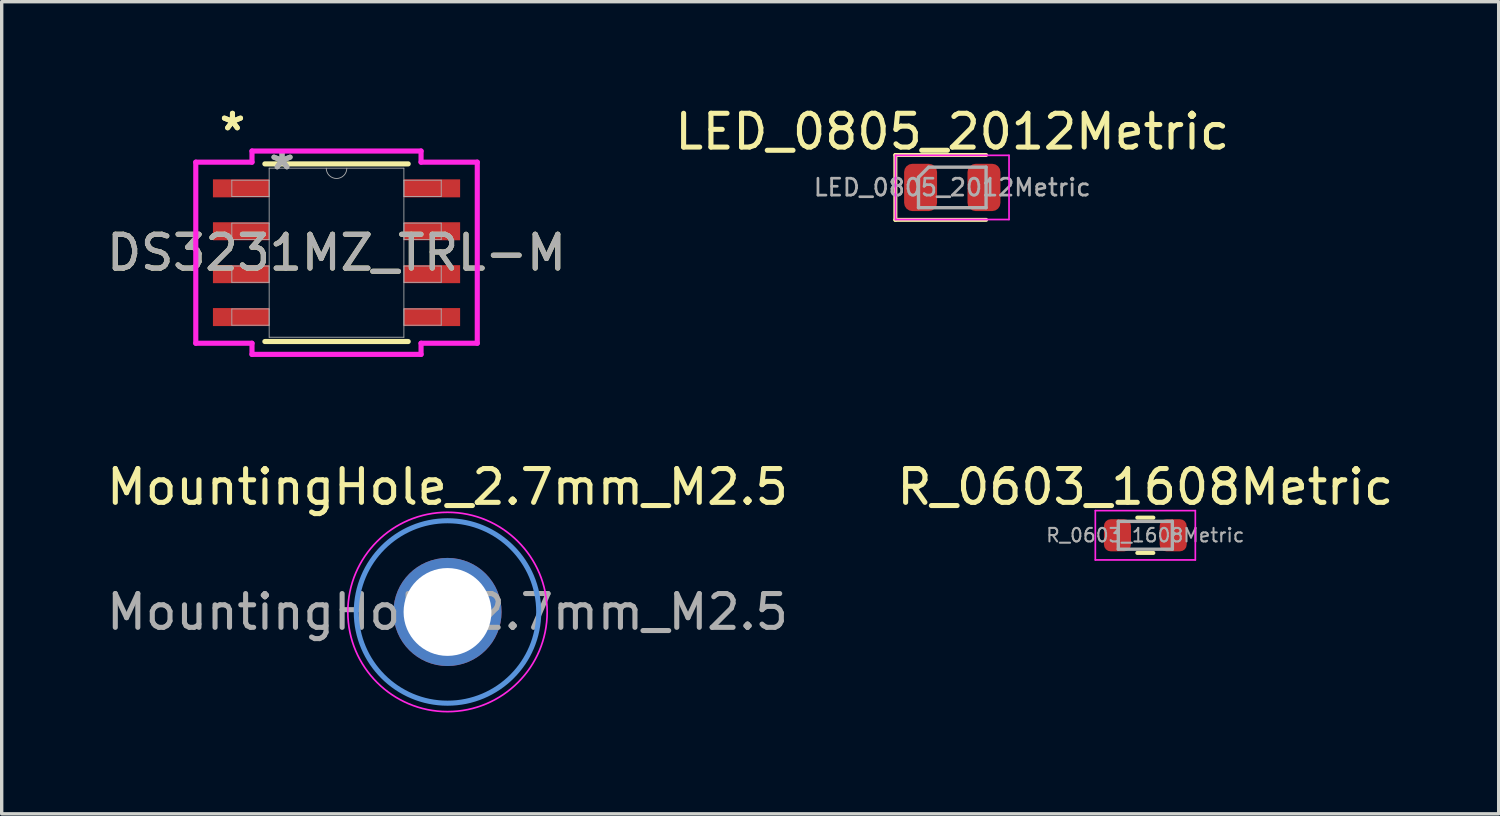
<source format=kicad_pcb>
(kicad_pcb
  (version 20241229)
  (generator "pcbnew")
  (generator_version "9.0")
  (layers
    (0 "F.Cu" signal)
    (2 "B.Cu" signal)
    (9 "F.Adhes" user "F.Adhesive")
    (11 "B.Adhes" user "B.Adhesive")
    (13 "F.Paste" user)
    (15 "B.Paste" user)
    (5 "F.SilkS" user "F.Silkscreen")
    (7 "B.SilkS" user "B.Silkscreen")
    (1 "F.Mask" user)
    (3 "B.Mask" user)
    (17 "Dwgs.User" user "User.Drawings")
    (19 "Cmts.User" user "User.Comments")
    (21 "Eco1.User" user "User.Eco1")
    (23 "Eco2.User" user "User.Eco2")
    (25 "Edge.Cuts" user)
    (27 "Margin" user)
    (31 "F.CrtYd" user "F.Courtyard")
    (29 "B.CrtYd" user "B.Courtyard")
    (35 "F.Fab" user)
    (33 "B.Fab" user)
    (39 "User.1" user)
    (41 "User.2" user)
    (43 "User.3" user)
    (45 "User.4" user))
  (footprint "DS3231MZ_TRL-M"
    (layer "F.Cu")
    (at 6.911 4.43)
    (property "Reference" "DS3231MZ_TRL-M" (at 0 0 0) (unlocked yes) (layer "F.SilkS") (effects (font (size 1 1) (thickness 0.15))))
    (attr smd)
    (fp_line (start -2.121 2.629) (end 2.121 2.629) (stroke (width 0.152) (type solid)) (layer "F.SilkS"))
    (fp_line (start 2.121 -2.629) (end -2.121 -2.629) (stroke (width 0.152) (type solid)) (layer "F.SilkS"))
    (fp_line (start -4.166 -2.68) (end -2.502 -2.68) (stroke (width 0.152) (type solid)) (layer "F.CrtYd"))
    (fp_line (start -4.166 2.68) (end -4.166 -2.68) (stroke (width 0.152) (type solid)) (layer "F.CrtYd"))
    (fp_line (start -4.166 2.68) (end -2.502 2.68) (stroke (width 0.152) (type solid)) (layer "F.CrtYd"))
    (fp_line (start -2.502 -3.01) (end 2.502 -3.01) (stroke (width 0.152) (type solid)) (layer "F.CrtYd"))
    (fp_line (start -2.502 -2.68) (end -2.502 -3.01) (stroke (width 0.152) (type solid)) (layer "F.CrtYd"))
    (fp_line (start -2.502 3.01) (end -2.502 2.68) (stroke (width 0.152) (type solid)) (layer "F.CrtYd"))
    (fp_line (start 2.502 -3.01) (end 2.502 -2.68) (stroke (width 0.152) (type solid)) (layer "F.CrtYd"))
    (fp_line (start 2.502 2.68) (end 2.502 3.01) (stroke (width 0.152) (type solid)) (layer "F.CrtYd"))
    (fp_line (start 2.502 3.01) (end -2.502 3.01) (stroke (width 0.152) (type solid)) (layer "F.CrtYd"))
    (fp_line (start 4.166 -2.68) (end 2.502 -2.68) (stroke (width 0.152) (type solid)) (layer "F.CrtYd"))
    (fp_line (start 4.166 -2.68) (end 4.166 2.68) (stroke (width 0.152) (type solid)) (layer "F.CrtYd"))
    (fp_line (start 4.166 2.68) (end 2.502 2.68) (stroke (width 0.152) (type solid)) (layer "F.CrtYd"))
    (fp_line (start -3.099 -2.146) (end -3.099 -1.664) (stroke (width 0.025) (type solid)) (layer "F.Fab"))
    (fp_line (start -3.099 -1.664) (end -1.994 -1.664) (stroke (width 0.025) (type solid)) (layer "F.Fab"))
    (fp_line (start -3.099 -0.876) (end -3.099 -0.394) (stroke (width 0.025) (type solid)) (layer "F.Fab"))
    (fp_line (start -3.099 -0.394) (end -1.994 -0.394) (stroke (width 0.025) (type solid)) (layer "F.Fab"))
    (fp_line (start -3.099 0.394) (end -3.099 0.876) (stroke (width 0.025) (type solid)) (layer "F.Fab"))
    (fp_line (start -3.099 0.876) (end -1.994 0.876) (stroke (width 0.025) (type solid)) (layer "F.Fab"))
    (fp_line (start -3.099 1.664) (end -3.099 2.146) (stroke (width 0.025) (type solid)) (layer "F.Fab"))
    (fp_line (start -3.099 2.146) (end -1.994 2.146) (stroke (width 0.025) (type solid)) (layer "F.Fab"))
    (fp_line (start -1.994 -2.502) (end -1.994 2.502) (stroke (width 0.025) (type solid)) (layer "F.Fab"))
    (fp_line (start -1.994 -2.146) (end -3.099 -2.146) (stroke (width 0.025) (type solid)) (layer "F.Fab"))
    (fp_line (start -1.994 -1.664) (end -1.994 -2.146) (stroke (width 0.025) (type solid)) (layer "F.Fab"))
    (fp_line (start -1.994 -0.876) (end -3.099 -0.876) (stroke (width 0.025) (type solid)) (layer "F.Fab"))
    (fp_line (start -1.994 -0.394) (end -1.994 -0.876) (stroke (width 0.025) (type solid)) (layer "F.Fab"))
    (fp_line (start -1.994 0.394) (end -3.099 0.394) (stroke (width 0.025) (type solid)) (layer "F.Fab"))
    (fp_line (start -1.994 0.876) (end -1.994 0.394) (stroke (width 0.025) (type solid)) (layer "F.Fab"))
    (fp_line (start -1.994 1.664) (end -3.099 1.664) (stroke (width 0.025) (type solid)) (layer "F.Fab"))
    (fp_line (start -1.994 2.146) (end -1.994 1.664) (stroke (width 0.025) (type solid)) (layer "F.Fab"))
    (fp_line (start -1.994 2.502) (end 1.994 2.502) (stroke (width 0.025) (type solid)) (layer "F.Fab"))
    (fp_line (start 1.994 -2.502) (end -1.994 -2.502) (stroke (width 0.025) (type solid)) (layer "F.Fab"))
    (fp_line (start 1.994 -2.146) (end 1.994 -1.664) (stroke (width 0.025) (type solid)) (layer "F.Fab"))
    (fp_line (start 1.994 -1.664) (end 3.099 -1.664) (stroke (width 0.025) (type solid)) (layer "F.Fab"))
    (fp_line (start 1.994 -0.876) (end 1.994 -0.394) (stroke (width 0.025) (type solid)) (layer "F.Fab"))
    (fp_line (start 1.994 -0.394) (end 3.099 -0.394) (stroke (width 0.025) (type solid)) (layer "F.Fab"))
    (fp_line (start 1.994 0.394) (end 1.994 0.876) (stroke (width 0.025) (type solid)) (layer "F.Fab"))
    (fp_line (start 1.994 0.876) (end 3.099 0.876) (stroke (width 0.025) (type solid)) (layer "F.Fab"))
    (fp_line (start 1.994 1.664) (end 1.994 2.146) (stroke (width 0.025) (type solid)) (layer "F.Fab"))
    (fp_line (start 1.994 2.146) (end 3.099 2.146) (stroke (width 0.025) (type solid)) (layer "F.Fab"))
    (fp_line (start 1.994 2.502) (end 1.994 -2.502) (stroke (width 0.025) (type solid)) (layer "F.Fab"))
    (fp_line (start 3.099 -2.146) (end 1.994 -2.146) (stroke (width 0.025) (type solid)) (layer "F.Fab"))
    (fp_line (start 3.099 -1.664) (end 3.099 -2.146) (stroke (width 0.025) (type solid)) (layer "F.Fab"))
    (fp_line (start 3.099 -0.876) (end 1.994 -0.876) (stroke (width 0.025) (type solid)) (layer "F.Fab"))
    (fp_line (start 3.099 -0.394) (end 3.099 -0.876) (stroke (width 0.025) (type solid)) (layer "F.Fab"))
    (fp_line (start 3.099 0.394) (end 1.994 0.394) (stroke (width 0.025) (type solid)) (layer "F.Fab"))
    (fp_line (start 3.099 0.876) (end 3.099 0.394) (stroke (width 0.025) (type solid)) (layer "F.Fab"))
    (fp_line (start 3.099 1.664) (end 1.994 1.664) (stroke (width 0.025) (type solid)) (layer "F.Fab"))
    (fp_line (start 3.099 2.146) (end 3.099 1.664) (stroke (width 0.025) (type solid)) (layer "F.Fab"))
    (fp_arc (start 0.3048 -2.5019) (mid 0 -2.1971) (end -0.3048 -2.5019) (stroke (width 0.0254) (type solid)) (layer "F.Fab"))
    (fp_text user "*" (at -3.08 -3.581 0) (layer "F.SilkS") (effects (font (size 1 1) (thickness 0.15))))
    (fp_text user "*" (at -3.08 -3.581 0) (unlocked yes) (layer "F.SilkS") (effects (font (size 1 1) (thickness 0.15))))
    (fp_text user "*" (at -1.613 -2.426 0) (unlocked yes) (layer "F.Fab") (effects (font (size 1 1) (thickness 0.15))))
    (fp_text user "*" (at -1.613 -2.426 0) (layer "F.Fab") (effects (font (size 1 1) (thickness 0.15))))
    (fp_text user "${REFERENCE}" (at 0 0 0) (unlocked yes) (layer "F.Fab") (effects (font (size 1 1) (thickness 0.15))))
    (pad "1" smd rect (at -2.826 -1.905) (size 1.664 0.533) (layers "F.Cu" "F.Mask" "F.Paste"))
    (pad "2" smd rect (at -2.826 -0.635) (size 1.664 0.533) (layers "F.Cu" "F.Mask" "F.Paste"))
    (pad "3" smd rect (at -2.826 0.635) (size 1.664 0.533) (layers "F.Cu" "F.Mask" "F.Paste"))
    (pad "4" smd rect (at -2.826 1.905) (size 1.664 0.533) (layers "F.Cu" "F.Mask" "F.Paste"))
    (pad "5" smd rect (at 2.826 1.905) (size 1.664 0.533) (layers "F.Cu" "F.Mask" "F.Paste"))
    (pad "6" smd rect (at 2.826 0.635) (size 1.664 0.533) (layers "F.Cu" "F.Mask" "F.Paste"))
    (pad "7" smd rect (at 2.826 -0.635) (size 1.664 0.533) (layers "F.Cu" "F.Mask" "F.Paste"))
    (pad "8" smd rect (at 2.826 -1.905) (size 1.664 0.533) (layers "F.Cu" "F.Mask" "F.Paste")))
  (footprint "MountingHole_2.7mm_M2.5"
    (layer "F.Cu")
    (at 10.196 15.064)
    (property "Reference" "MountingHole_2.7mm_M2.5" (at 0 -3.7 0) (layer "F.SilkS") (effects (font (size 1 1) (thickness 0.15))))
    (attr exclude_from_pos_files exclude_from_bom)
    (fp_circle (center 0 0) (end 2.7 0) (stroke (width 0.15) (type solid)) (fill no) (layer "Cmts.User"))
    (fp_circle (center 0 0) (end 2.95 0) (stroke (width 0.05) (type solid)) (fill no) (layer "F.CrtYd"))
    (fp_text user "${REFERENCE}" (at 0 0 0) (layer "F.Fab") (effects (font (size 1 1) (thickness 0.15))))
    (pad "" np_thru_hole circle (at 0 0) (size 3.2 3.2) (drill 2.6) (layers "*.Cu" "*.Mask")))
  (footprint "R_0603_1608Metric"
    (layer "F.Cu")
    (at 30.851 12.794)
    (property "Reference" "R_0603_1608Metric" (at 0 -1.43 180) (layer "F.SilkS") (effects (font (size 1 1) (thickness 0.15))))
    (attr smd)
    (fp_line (start -0.237 -0.522) (end 0.237 -0.522) (stroke (width 0.12) (type solid)) (layer "F.SilkS"))
    (fp_line (start -0.237 0.522) (end 0.237 0.522) (stroke (width 0.12) (type solid)) (layer "F.SilkS"))
    (fp_line (start -1.48 -0.73) (end 1.48 -0.73) (stroke (width 0.05) (type solid)) (layer "F.CrtYd"))
    (fp_line (start -1.48 0.73) (end -1.48 -0.73) (stroke (width 0.05) (type solid)) (layer "F.CrtYd"))
    (fp_line (start 1.48 -0.73) (end 1.48 0.73) (stroke (width 0.05) (type solid)) (layer "F.CrtYd"))
    (fp_line (start 1.48 0.73) (end -1.48 0.73) (stroke (width 0.05) (type solid)) (layer "F.CrtYd"))
    (fp_line (start -0.8 -0.412) (end 0.8 -0.412) (stroke (width 0.1) (type solid)) (layer "F.Fab"))
    (fp_line (start -0.8 0.412) (end -0.8 -0.412) (stroke (width 0.1) (type solid)) (layer "F.Fab"))
    (fp_line (start 0.8 -0.412) (end 0.8 0.412) (stroke (width 0.1) (type solid)) (layer "F.Fab"))
    (fp_line (start 0.8 0.412) (end -0.8 0.412) (stroke (width 0.1) (type solid)) (layer "F.Fab"))
    (fp_text user "${REFERENCE}" (at 0 0 180) (layer "F.Fab") (effects (font (size 0.4 0.4) (thickness 0.06))))
    (pad "1" smd roundrect (at -0.825 0) (size 0.8 0.95) (layers "F.Cu" "F.Mask" "F.Paste") (roundrect_rratio 0.25))
    (pad "2" smd roundrect (at 0.825 0) (size 0.8 0.95) (layers "F.Cu" "F.Mask" "F.Paste") (roundrect_rratio 0.25)))
  (footprint "LED_0805_2012Metric"
    (layer "F.Cu")
    (at 25.137 2.498)
    (property "Reference" "LED_0805_2012Metric" (at 0 -1.65 0) (layer "F.SilkS") (effects (font (size 1 1) (thickness 0.15))))
    (attr smd)
    (fp_line (start -1.685 -0.96) (end -1.685 0.96) (stroke (width 0.12) (type solid)) (layer "F.SilkS"))
    (fp_line (start -1.685 0.96) (end 1 0.96) (stroke (width 0.12) (type solid)) (layer "F.SilkS"))
    (fp_line (start 1 -0.96) (end -1.685 -0.96) (stroke (width 0.12) (type solid)) (layer "F.SilkS"))
    (fp_line (start -1.68 -0.95) (end 1.68 -0.95) (stroke (width 0.05) (type solid)) (layer "F.CrtYd"))
    (fp_line (start -1.68 0.95) (end -1.68 -0.95) (stroke (width 0.05) (type solid)) (layer "F.CrtYd"))
    (fp_line (start 1.68 -0.95) (end 1.68 0.95) (stroke (width 0.05) (type solid)) (layer "F.CrtYd"))
    (fp_line (start 1.68 0.95) (end -1.68 0.95) (stroke (width 0.05) (type solid)) (layer "F.CrtYd"))
    (fp_line (start -1 -0.3) (end -1 0.6) (stroke (width 0.1) (type solid)) (layer "F.Fab"))
    (fp_line (start -1 0.6) (end 1 0.6) (stroke (width 0.1) (type solid)) (layer "F.Fab"))
    (fp_line (start -0.7 -0.6) (end -1 -0.3) (stroke (width 0.1) (type solid)) (layer "F.Fab"))
    (fp_line (start 1 -0.6) (end -0.7 -0.6) (stroke (width 0.1) (type solid)) (layer "F.Fab"))
    (fp_line (start 1 0.6) (end 1 -0.6) (stroke (width 0.1) (type solid)) (layer "F.Fab"))
    (fp_text user "${REFERENCE}" (at 0 0 0) (layer "F.Fab") (effects (font (size 0.5 0.5) (thickness 0.08))))
    (pad "1" smd roundrect (at -0.938 0) (size 0.975 1.4) (layers "F.Cu" "F.Mask" "F.Paste") (roundrect_rratio 0.25))
    (pad "2" smd roundrect (at 0.938 0) (size 0.975 1.4) (layers "F.Cu" "F.Mask" "F.Paste") (roundrect_rratio 0.25)))
  (gr_rect
    (start -3 -3)
    (end 41.31 21.039)
    (stroke (width 0.1) (type default))
    (fill no)
    (layer "Edge.Cuts")))
</source>
